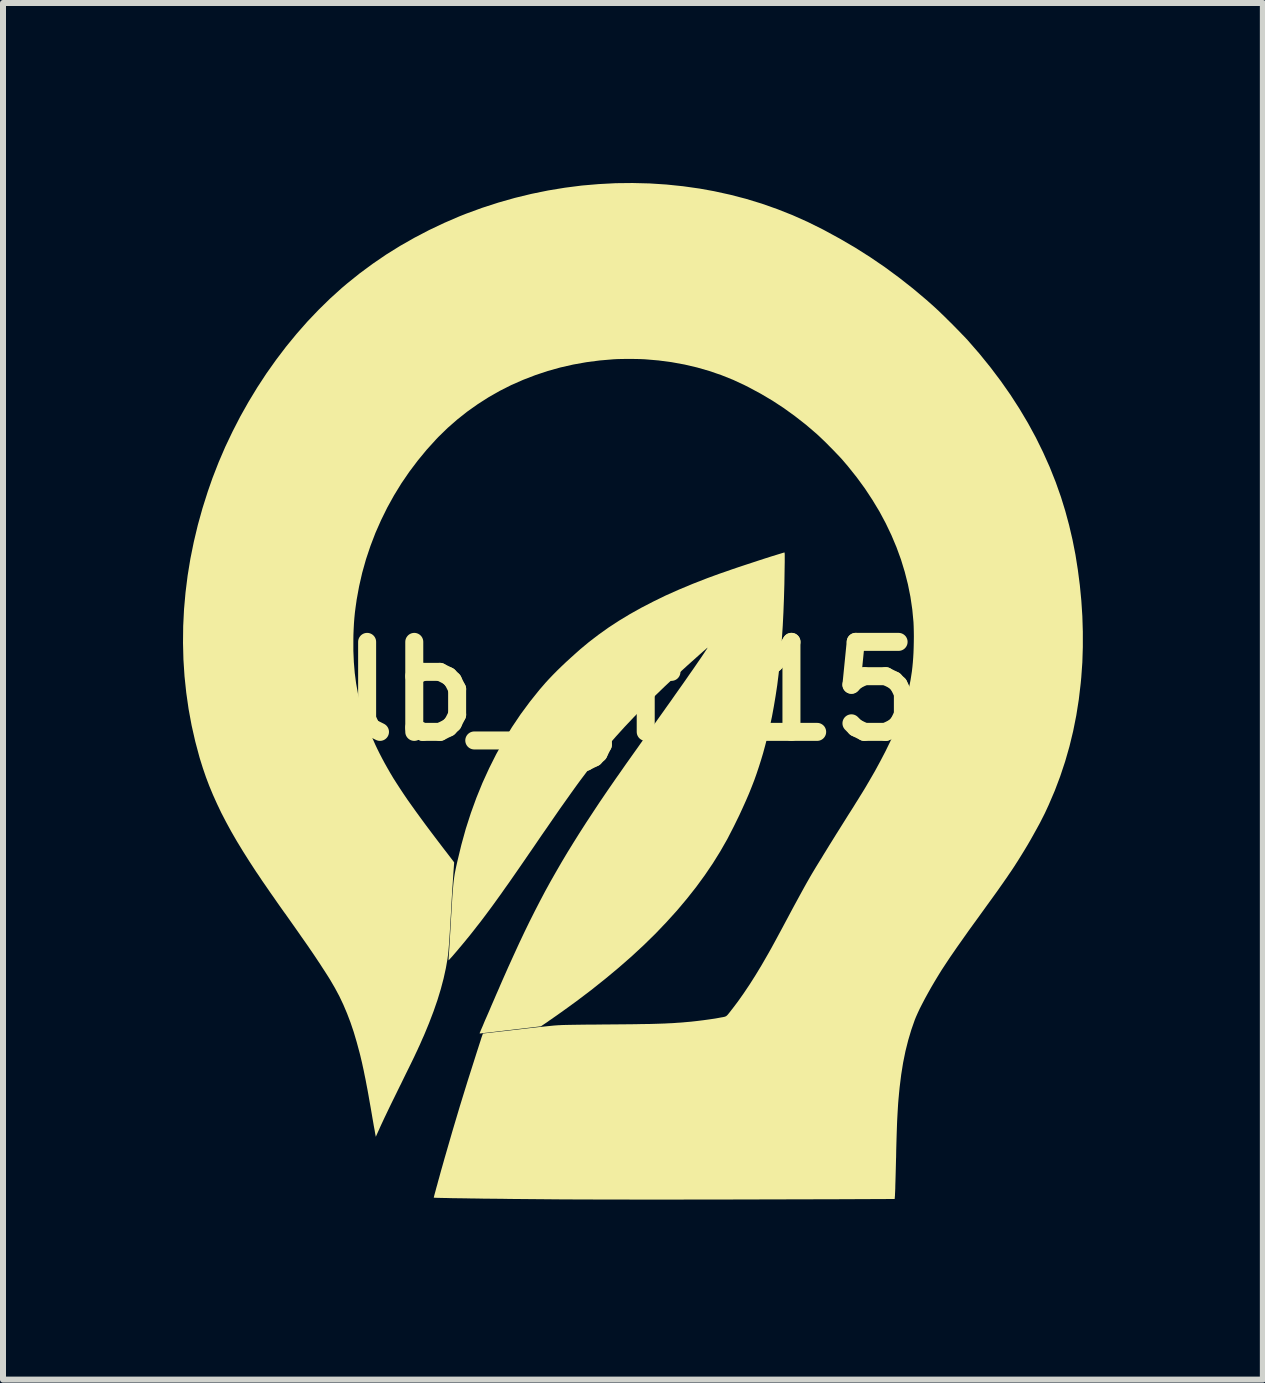
<source format=kicad_pcb>
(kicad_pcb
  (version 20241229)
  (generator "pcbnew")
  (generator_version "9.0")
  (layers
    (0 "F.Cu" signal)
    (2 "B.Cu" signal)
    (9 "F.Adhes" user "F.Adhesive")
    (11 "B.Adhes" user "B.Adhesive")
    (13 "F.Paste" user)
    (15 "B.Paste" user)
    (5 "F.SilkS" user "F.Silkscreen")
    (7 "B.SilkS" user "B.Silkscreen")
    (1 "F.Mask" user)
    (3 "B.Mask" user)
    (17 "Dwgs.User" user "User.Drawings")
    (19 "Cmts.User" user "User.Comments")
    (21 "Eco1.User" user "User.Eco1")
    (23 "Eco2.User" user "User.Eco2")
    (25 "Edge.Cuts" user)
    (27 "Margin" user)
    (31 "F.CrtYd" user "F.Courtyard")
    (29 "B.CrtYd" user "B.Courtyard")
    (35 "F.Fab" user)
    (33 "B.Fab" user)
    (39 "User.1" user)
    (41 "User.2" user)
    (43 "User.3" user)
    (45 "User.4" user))
  (footprint "lb_gr_15"
    (layer "F.Cu")
    (at 7.497 8.469)
    (property "Reference" "lb_gr_15" (at 0 0 0) (layer "F.SilkS") (effects (font (size 1.5 1.5) (thickness 0.3))))
    (attr board_only exclude_from_pos_files exclude_from_bom)
    (fp_poly (pts (xy 2.527 -2.311) (xy 2.528 -2.308) (xy 2.529 -2.302) (xy 2.53 -2.292) (xy 2.531 -2.277) (xy 2.531 -2.256) (xy 2.531 -2.229) (xy 2.531 -2.194) (xy 2.531 -2.151) (xy 2.53 -2.098) (xy 2.529 -2.035) (xy 2.529 -2.033) (xy 2.525 -1.782) (xy 2.518 -1.542) (xy 2.509 -1.311) (xy 2.498 -1.09) (xy 2.484 -0.877) (xy 2.468 -0.672) (xy 2.45 -0.475) (xy 2.429 -0.285) (xy 2.406 -0.1) (xy 2.379 0.078) (xy 2.35 0.251) (xy 2.319 0.42) (xy 2.284 0.585) (xy 2.246 0.747) (xy 2.205 0.906) (xy 2.171 1.031) (xy 2.136 1.148) (xy 2.1 1.261) (xy 2.063 1.372) (xy 2.024 1.482) (xy 1.981 1.593) (xy 1.936 1.705) (xy 1.886 1.821) (xy 1.832 1.941) (xy 1.774 2.067) (xy 1.709 2.2) (xy 1.68 2.259) (xy 1.574 2.465) (xy 1.458 2.668) (xy 1.333 2.869) (xy 1.198 3.068) (xy 1.054 3.265) (xy 0.9 3.46) (xy 0.736 3.655) (xy 0.562 3.847) (xy 0.379 4.039) (xy 0.185 4.229) (xy -0.02 4.419) (xy -0.235 4.607) (xy -0.461 4.795) (xy -0.697 4.983) (xy -0.944 5.17) (xy -1.151 5.32) (xy -1.189 5.347) (xy -1.23 5.376) (xy -1.272 5.406) (xy -1.314 5.435) (xy -1.355 5.464) (xy -1.395 5.491) (xy -1.431 5.517) (xy -1.464 5.539) (xy -1.492 5.558) (xy -1.513 5.572) (xy -1.527 5.582) (xy -1.534 5.585) (xy -1.54 5.586) (xy -1.556 5.588) (xy -1.581 5.591) (xy -1.615 5.595) (xy -1.656 5.6) (xy -1.703 5.606) (xy -1.756 5.612) (xy -1.813 5.619) (xy -1.873 5.626) (xy -1.936 5.633) (xy -2.001 5.641) (xy -2.066 5.649) (xy -2.131 5.656) (xy -2.194 5.664) (xy -2.256 5.671) (xy -2.314 5.678) (xy -2.367 5.684) (xy -2.416 5.69) (xy -2.459 5.694) (xy -2.495 5.699) (xy -2.522 5.702) (xy -2.541 5.704) (xy -2.55 5.705) (xy -2.551 5.705) (xy -2.553 5.7) (xy -2.552 5.695) (xy -2.549 5.688) (xy -2.542 5.672) (xy -2.532 5.647) (xy -2.518 5.615) (xy -2.501 5.576) (xy -2.482 5.53) (xy -2.461 5.48) (xy -2.437 5.426) (xy -2.412 5.369) (xy -2.386 5.309) (xy -2.36 5.247) (xy -2.333 5.185) (xy -2.306 5.123) (xy -2.28 5.062) (xy -2.254 5.003) (xy -2.229 4.946) (xy -2.207 4.894) (xy -2.186 4.846) (xy -2.168 4.805) (xy -2.075 4.595) (xy -1.984 4.395) (xy -1.896 4.203) (xy -1.809 4.019) (xy -1.723 3.842) (xy -1.636 3.669) (xy -1.55 3.502) (xy -1.463 3.337) (xy -1.374 3.175) (xy -1.283 3.015) (xy -1.19 2.854) (xy -1.094 2.693) (xy -0.993 2.529) (xy -0.889 2.363) (xy -0.78 2.193) (xy -0.668 2.023) (xy -0.628 1.962) (xy -0.589 1.903) (xy -0.549 1.843) (xy -0.508 1.783) (xy -0.467 1.722) (xy -0.424 1.659) (xy -0.379 1.594) (xy -0.332 1.526) (xy -0.283 1.455) (xy -0.23 1.38) (xy -0.174 1.3) (xy -0.115 1.215) (xy -0.051 1.125) (xy 0.018 1.028) (xy 0.092 0.924) (xy 0.17 0.813) (xy 0.255 0.694) (xy 0.332 0.587) (xy 0.41 0.476) (xy 0.487 0.368) (xy 0.562 0.262) (xy 0.635 0.16) (xy 0.704 0.061) (xy 0.771 -0.034) (xy 0.835 -0.124) (xy 0.895 -0.21) (xy 0.951 -0.291) (xy 1.004 -0.366) (xy 1.052 -0.436) (xy 1.095 -0.499) (xy 1.134 -0.555) (xy 1.167 -0.604) (xy 1.195 -0.646) (xy 1.217 -0.68) (xy 1.234 -0.705) (xy 1.243 -0.721) (xy 1.245 -0.723) (xy 1.245 -0.725) (xy 1.243 -0.724) (xy 1.239 -0.721) (xy 1.23 -0.714) (xy 1.218 -0.703) (xy 1.2 -0.687) (xy 1.175 -0.666) (xy 1.144 -0.638) (xy 1.12 -0.617) (xy 0.913 -0.432) (xy 0.715 -0.251) (xy 0.527 -0.075) (xy 0.348 0.098) (xy 0.178 0.267) (xy 0.016 0.433) (xy -0.137 0.595) (xy -0.282 0.755) (xy -0.42 0.913) (xy -0.551 1.068) (xy -0.556 1.076) (xy -0.6 1.13) (xy -0.644 1.184) (xy -0.688 1.24) (xy -0.733 1.297) (xy -0.778 1.356) (xy -0.824 1.417) (xy -0.873 1.482) (xy -0.923 1.55) (xy -0.975 1.622) (xy -1.03 1.699) (xy -1.088 1.781) (xy -1.15 1.868) (xy -1.216 1.961) (xy -1.285 2.061) (xy -1.359 2.168) (xy -1.438 2.283) (xy -1.523 2.405) (xy -1.613 2.537) (xy -1.651 2.593) (xy -1.745 2.729) (xy -1.832 2.856) (xy -1.915 2.976) (xy -1.992 3.087) (xy -2.065 3.192) (xy -2.135 3.29) (xy -2.2 3.383) (xy -2.263 3.47) (xy -2.322 3.552) (xy -2.38 3.631) (xy -2.435 3.705) (xy -2.489 3.777) (xy -2.542 3.847) (xy -2.595 3.914) (xy -2.647 3.981) (xy -2.699 4.047) (xy -2.752 4.113) (xy -2.757 4.118) (xy -2.789 4.158) (xy -2.824 4.2) (xy -2.858 4.241) (xy -2.893 4.282) (xy -2.926 4.322) (xy -2.958 4.359) (xy -2.987 4.393) (xy -3.013 4.423) (xy -3.036 4.448) (xy -3.053 4.467) (xy -3.065 4.48) (xy -3.071 4.485) (xy -3.071 4.485) (xy -3.071 4.479) (xy -3.071 4.463) (xy -3.07 4.439) (xy -3.068 4.408) (xy -3.065 4.372) (xy -3.063 4.332) (xy -3.062 4.321) (xy -3.059 4.279) (xy -3.056 4.228) (xy -3.052 4.171) (xy -3.049 4.109) (xy -3.045 4.045) (xy -3.041 3.982) (xy -3.038 3.921) (xy -3.037 3.908) (xy -3.031 3.8) (xy -3.025 3.703) (xy -3.02 3.615) (xy -3.015 3.536) (xy -3.011 3.465) (xy -3.007 3.401) (xy -3.002 3.343) (xy -2.998 3.292) (xy -2.994 3.245) (xy -2.99 3.202) (xy -2.986 3.163) (xy -2.981 3.126) (xy -2.976 3.091) (xy -2.971 3.058) (xy -2.965 3.024) (xy -2.958 2.99) (xy -2.951 2.955) (xy -2.943 2.917) (xy -2.934 2.877) (xy -2.924 2.833) (xy -2.858 2.559) (xy -2.784 2.292) (xy -2.7 2.031) (xy -2.607 1.775) (xy -2.506 1.527) (xy -2.395 1.284) (xy -2.277 1.049) (xy -2.149 0.82) (xy -2.014 0.598) (xy -1.87 0.384) (xy -1.717 0.177) (xy -1.557 -0.023) (xy -1.454 -0.142) (xy -1.398 -0.203) (xy -1.335 -0.269) (xy -1.266 -0.339) (xy -1.192 -0.411) (xy -1.114 -0.485) (xy -1.034 -0.558) (xy -0.954 -0.63) (xy -0.875 -0.7) (xy -0.797 -0.765) (xy -0.732 -0.819) (xy -0.574 -0.94) (xy -0.409 -1.058) (xy -0.235 -1.172) (xy -0.053 -1.282) (xy 0.138 -1.389) (xy 0.339 -1.493) (xy 0.548 -1.595) (xy 0.768 -1.693) (xy 0.998 -1.789) (xy 1.239 -1.883) (xy 1.277 -1.897) (xy 1.359 -1.927) (xy 1.45 -1.96) (xy 1.549 -1.994) (xy 1.654 -2.031) (xy 1.763 -2.068) (xy 1.875 -2.105) (xy 1.988 -2.142) (xy 2.1 -2.179) (xy 2.211 -2.215) (xy 2.318 -2.249) (xy 2.419 -2.28) (xy 2.514 -2.309) (xy 2.522 -2.311) (xy 2.525 -2.312)) (stroke (width 0) (type solid)) (fill yes) (layer "F.SilkS"))
    (fp_poly (pts (xy 0.278 -8.462) (xy 0.558 -8.444) (xy 0.838 -8.415) (xy 1.115 -8.376) (xy 1.352 -8.333) (xy 1.621 -8.274) (xy 1.887 -8.205) (xy 2.149 -8.125) (xy 2.407 -8.034) (xy 2.662 -7.933) (xy 2.913 -7.821) (xy 3.161 -7.698) (xy 3.184 -7.686) (xy 3.45 -7.541) (xy 3.707 -7.391) (xy 3.956 -7.233) (xy 4.198 -7.068) (xy 4.434 -6.894) (xy 4.666 -6.712) (xy 4.894 -6.52) (xy 5.031 -6.398) (xy 5.063 -6.368) (xy 5.102 -6.332) (xy 5.145 -6.29) (xy 5.193 -6.244) (xy 5.242 -6.195) (xy 5.294 -6.144) (xy 5.345 -6.093) (xy 5.395 -6.042) (xy 5.443 -5.993) (xy 5.487 -5.947) (xy 5.527 -5.906) (xy 5.561 -5.87) (xy 5.582 -5.847) (xy 5.776 -5.624) (xy 5.959 -5.398) (xy 6.131 -5.17) (xy 6.293 -4.939) (xy 6.444 -4.705) (xy 6.585 -4.468) (xy 6.716 -4.227) (xy 6.836 -3.983) (xy 6.947 -3.735) (xy 7.047 -3.484) (xy 7.135 -3.235) (xy 7.206 -3.005) (xy 7.27 -2.768) (xy 7.327 -2.524) (xy 7.376 -2.275) (xy 7.416 -2.022) (xy 7.449 -1.767) (xy 7.474 -1.509) (xy 7.491 -1.25) (xy 7.499 -0.992) (xy 7.499 -0.735) (xy 7.491 -0.481) (xy 7.473 -0.23) (xy 7.464 -0.134) (xy 7.432 0.138) (xy 7.39 0.404) (xy 7.338 0.665) (xy 7.276 0.921) (xy 7.204 1.172) (xy 7.122 1.419) (xy 7.031 1.66) (xy 6.929 1.898) (xy 6.867 2.032) (xy 6.829 2.107) (xy 6.787 2.19) (xy 6.739 2.278) (xy 6.688 2.37) (xy 6.635 2.465) (xy 6.58 2.56) (xy 6.524 2.653) (xy 6.468 2.744) (xy 6.415 2.829) (xy 6.386 2.874) (xy 6.358 2.918) (xy 6.329 2.962) (xy 6.299 3.007) (xy 6.267 3.053) (xy 6.235 3.101) (xy 6.199 3.152) (xy 6.161 3.207) (xy 6.12 3.265) (xy 6.076 3.328) (xy 6.027 3.396) (xy 5.973 3.471) (xy 5.914 3.552) (xy 5.85 3.641) (xy 5.78 3.738) (xy 5.765 3.759) (xy 5.68 3.876) (xy 5.601 3.985) (xy 5.529 4.087) (xy 5.462 4.182) (xy 5.399 4.271) (xy 5.342 4.354) (xy 5.288 4.432) (xy 5.239 4.506) (xy 5.192 4.577) (xy 5.148 4.644) (xy 5.107 4.71) (xy 5.068 4.774) (xy 5.03 4.837) (xy 4.993 4.9) (xy 4.972 4.936) (xy 4.918 5.032) (xy 4.868 5.123) (xy 4.823 5.209) (xy 4.782 5.289) (xy 4.748 5.362) (xy 4.719 5.427) (xy 4.699 5.476) (xy 4.641 5.642) (xy 4.589 5.816) (xy 4.543 5.999) (xy 4.504 6.191) (xy 4.472 6.391) (xy 4.446 6.601) (xy 4.437 6.691) (xy 4.431 6.757) (xy 4.425 6.822) (xy 4.42 6.887) (xy 4.416 6.954) (xy 4.412 7.022) (xy 4.408 7.094) (xy 4.404 7.171) (xy 4.401 7.252) (xy 4.398 7.34) (xy 4.395 7.434) (xy 4.392 7.537) (xy 4.389 7.649) (xy 4.387 7.771) (xy 4.386 7.792) (xy 4.384 7.874) (xy 4.382 7.954) (xy 4.38 8.031) (xy 4.378 8.104) (xy 4.376 8.172) (xy 4.374 8.234) (xy 4.373 8.29) (xy 4.371 8.337) (xy 4.369 8.377) (xy 4.368 8.407) (xy 4.366 8.427) (xy 4.366 8.429) (xy 4.363 8.463) (xy 3.434 8.467) (xy 3.227 8.468) (xy 3.019 8.468) (xy 2.808 8.469) (xy 2.597 8.469) (xy 2.386 8.47) (xy 2.175 8.47) (xy 1.964 8.471) (xy 1.755 8.471) (xy 1.548 8.472) (xy 1.344 8.472) (xy 1.142 8.472) (xy 0.944 8.472) (xy 0.75 8.473) (xy 0.561 8.473) (xy 0.377 8.473) (xy 0.199 8.473) (xy 0.028 8.473) (xy -0.137 8.472) (xy -0.295 8.472) (xy -0.444 8.472) (xy -0.585 8.472) (xy -0.717 8.471) (xy -0.839 8.471) (xy -0.951 8.471) (xy -1.028 8.47) (xy -1.137 8.47) (xy -1.249 8.469) (xy -1.363 8.468) (xy -1.478 8.467) (xy -1.594 8.466) (xy -1.711 8.465) (xy -1.828 8.464) (xy -1.944 8.463) (xy -2.059 8.462) (xy -2.172 8.46) (xy -2.283 8.459) (xy -2.391 8.458) (xy -2.496 8.457) (xy -2.597 8.455) (xy -2.694 8.454) (xy -2.786 8.452) (xy -2.872 8.451) (xy -2.953 8.45) (xy -3.026 8.449) (xy -3.093 8.447) (xy -3.152 8.446) (xy -3.203 8.445) (xy -3.246 8.444) (xy -3.279 8.443) (xy -3.302 8.442) (xy -3.315 8.441) (xy -3.318 8.44) (xy -3.317 8.434) (xy -3.313 8.419) (xy -3.307 8.394) (xy -3.298 8.361) (xy -3.287 8.321) (xy -3.275 8.275) (xy -3.26 8.223) (xy -3.245 8.166) (xy -3.228 8.106) (xy -3.211 8.043) (xy -3.193 7.978) (xy -3.174 7.912) (xy -3.155 7.845) (xy -3.137 7.78) (xy -3.128 7.75) (xy -3.008 7.335) (xy -2.884 6.919) (xy -2.755 6.501) (xy -2.62 6.077) (xy -2.611 6.048) (xy -2.595 5.998) (xy -2.579 5.949) (xy -2.564 5.902) (xy -2.55 5.859) (xy -2.538 5.822) (xy -2.529 5.792) (xy -2.522 5.771) (xy -2.521 5.768) (xy -2.511 5.739) (xy -2.503 5.718) (xy -2.497 5.707) (xy -2.494 5.705) (xy -2.487 5.704) (xy -2.47 5.702) (xy -2.444 5.699) (xy -2.409 5.695) (xy -2.365 5.69) (xy -2.314 5.684) (xy -2.257 5.678) (xy -2.194 5.67) (xy -2.125 5.663) (xy -2.052 5.654) (xy -1.976 5.645) (xy -1.912 5.638) (xy -1.814 5.626) (xy -1.726 5.616) (xy -1.647 5.607) (xy -1.577 5.599) (xy -1.515 5.593) (xy -1.46 5.587) (xy -1.412 5.582) (xy -1.37 5.578) (xy -1.332 5.574) (xy -1.298 5.571) (xy -1.268 5.569) (xy -1.241 5.567) (xy -1.215 5.566) (xy -1.201 5.565) (xy -1.178 5.564) (xy -1.144 5.563) (xy -1.1 5.562) (xy -1.049 5.561) (xy -0.989 5.56) (xy -0.923 5.559) (xy -0.851 5.558) (xy -0.774 5.557) (xy -0.692 5.557) (xy -0.608 5.556) (xy -0.521 5.555) (xy -0.433 5.554) (xy -0.397 5.554) (xy -0.271 5.553) (xy -0.155 5.552) (xy -0.05 5.551) (xy 0.047 5.55) (xy 0.136 5.548) (xy 0.218 5.547) (xy 0.292 5.546) (xy 0.361 5.544) (xy 0.425 5.542) (xy 0.485 5.54) (xy 0.541 5.538) (xy 0.594 5.535) (xy 0.645 5.533) (xy 0.695 5.53) (xy 0.745 5.526) (xy 0.795 5.523) (xy 0.845 5.519) (xy 0.863 5.517) (xy 0.968 5.508) (xy 1.074 5.496) (xy 1.179 5.483) (xy 1.28 5.469) (xy 1.375 5.455) (xy 1.462 5.439) (xy 1.472 5.437) (xy 1.497 5.433) (xy 1.517 5.429) (xy 1.533 5.425) (xy 1.546 5.42) (xy 1.558 5.413) (xy 1.57 5.403) (xy 1.584 5.388) (xy 1.6 5.368) (xy 1.621 5.342) (xy 1.646 5.309) (xy 1.656 5.297) (xy 1.752 5.17) (xy 1.848 5.034) (xy 1.946 4.888) (xy 2.045 4.732) (xy 2.146 4.565) (xy 2.248 4.388) (xy 2.267 4.355) (xy 2.287 4.319) (xy 2.308 4.282) (xy 2.329 4.243) (xy 2.351 4.203) (xy 2.375 4.159) (xy 2.401 4.111) (xy 2.43 4.057) (xy 2.462 3.998) (xy 2.498 3.931) (xy 2.538 3.856) (xy 2.576 3.785) (xy 2.632 3.68) (xy 2.684 3.583) (xy 2.732 3.495) (xy 2.776 3.414) (xy 2.817 3.339) (xy 2.855 3.27) (xy 2.891 3.205) (xy 2.926 3.144) (xy 2.959 3.086) (xy 2.992 3.03) (xy 3.025 2.975) (xy 3.058 2.92) (xy 3.092 2.865) (xy 3.127 2.808) (xy 3.143 2.783) (xy 3.162 2.751) (xy 3.185 2.713) (xy 3.21 2.673) (xy 3.235 2.632) (xy 3.256 2.598) (xy 3.274 2.568) (xy 3.298 2.53) (xy 3.326 2.485) (xy 3.357 2.435) (xy 3.391 2.38) (xy 3.427 2.323) (xy 3.464 2.264) (xy 3.501 2.205) (xy 3.535 2.151) (xy 3.588 2.066) (xy 3.636 1.991) (xy 3.679 1.923) (xy 3.717 1.861) (xy 3.752 1.806) (xy 3.783 1.755) (xy 3.812 1.709) (xy 3.839 1.665) (xy 3.864 1.624) (xy 3.888 1.584) (xy 3.911 1.544) (xy 3.929 1.514) (xy 4.032 1.336) (xy 4.125 1.165) (xy 4.211 1) (xy 4.289 0.84) (xy 4.359 0.685) (xy 4.421 0.533) (xy 4.476 0.385) (xy 4.524 0.24) (xy 4.565 0.096) (xy 4.6 -0.045) (xy 4.628 -0.186) (xy 4.65 -0.327) (xy 4.659 -0.405) (xy 4.666 -0.477) (xy 4.672 -0.557) (xy 4.677 -0.642) (xy 4.68 -0.732) (xy 4.682 -0.822) (xy 4.683 -0.912) (xy 4.682 -0.997) (xy 4.68 -1.076) (xy 4.677 -1.147) (xy 4.677 -1.149) (xy 4.657 -1.361) (xy 4.626 -1.572) (xy 4.584 -1.781) (xy 4.531 -1.989) (xy 4.468 -2.195) (xy 4.394 -2.398) (xy 4.309 -2.6) (xy 4.214 -2.799) (xy 4.109 -2.995) (xy 3.993 -3.187) (xy 3.868 -3.377) (xy 3.732 -3.563) (xy 3.586 -3.746) (xy 3.488 -3.861) (xy 3.456 -3.896) (xy 3.418 -3.936) (xy 3.375 -3.981) (xy 3.329 -4.029) (xy 3.28 -4.078) (xy 3.232 -4.127) (xy 3.184 -4.174) (xy 3.139 -4.217) (xy 3.099 -4.255) (xy 3.064 -4.287) (xy 3.062 -4.289) (xy 2.883 -4.442) (xy 2.701 -4.584) (xy 2.517 -4.717) (xy 2.328 -4.841) (xy 2.134 -4.956) (xy 1.933 -5.064) (xy 1.866 -5.098) (xy 1.673 -5.188) (xy 1.476 -5.267) (xy 1.275 -5.336) (xy 1.07 -5.395) (xy 0.861 -5.444) (xy 0.647 -5.483) (xy 0.428 -5.512) (xy 0.204 -5.531) (xy 0.164 -5.533) (xy 0.115 -5.535) (xy 0.059 -5.536) (xy -0.001 -5.537) (xy -0.064 -5.537) (xy -0.126 -5.537) (xy -0.186 -5.536) (xy -0.242 -5.535) (xy -0.29 -5.533) (xy -0.324 -5.531) (xy -0.55 -5.512) (xy -0.773 -5.483) (xy -0.992 -5.444) (xy -1.208 -5.395) (xy -1.419 -5.336) (xy -1.626 -5.267) (xy -1.828 -5.189) (xy -2.026 -5.102) (xy -2.218 -5.005) (xy -2.404 -4.899) (xy -2.584 -4.784) (xy -2.759 -4.66) (xy -2.926 -4.528) (xy -3.087 -4.387) (xy -3.241 -4.237) (xy -3.278 -4.198) (xy -3.436 -4.024) (xy -3.585 -3.843) (xy -3.726 -3.656) (xy -3.858 -3.463) (xy -3.98 -3.264) (xy -4.093 -3.06) (xy -4.196 -2.851) (xy -4.29 -2.638) (xy -4.373 -2.421) (xy -4.447 -2.2) (xy -4.51 -1.976) (xy -4.562 -1.749) (xy -4.604 -1.52) (xy -4.606 -1.503) (xy -4.62 -1.405) (xy -4.632 -1.313) (xy -4.641 -1.223) (xy -4.648 -1.132) (xy -4.653 -1.038) (xy -4.657 -0.938) (xy -4.658 -0.866) (xy -4.658 -0.672) (xy -4.65 -0.485) (xy -4.635 -0.304) (xy -4.612 -0.129) (xy -4.581 0.043) (xy -4.541 0.212) (xy -4.493 0.38) (xy -4.436 0.548) (xy -4.37 0.716) (xy -4.294 0.888) (xy -4.261 0.958) (xy -4.221 1.039) (xy -4.179 1.12) (xy -4.136 1.2) (xy -4.091 1.28) (xy -4.044 1.362) (xy -3.994 1.446) (xy -3.94 1.531) (xy -3.883 1.619) (xy -3.822 1.711) (xy -3.757 1.807) (xy -3.686 1.907) (xy -3.611 2.012) (xy -3.53 2.123) (xy -3.444 2.24) (xy -3.351 2.364) (xy -3.251 2.496) (xy -3.171 2.601) (xy -3.138 2.644) (xy -3.106 2.685) (xy -3.077 2.723) (xy -3.051 2.757) (xy -3.029 2.786) (xy -3.011 2.809) (xy -2.999 2.825) (xy -2.993 2.833) (xy -2.978 2.854) (xy -2.992 3.046) (xy -2.995 3.096) (xy -2.999 3.154) (xy -3.003 3.219) (xy -3.008 3.287) (xy -3.012 3.355) (xy -3.016 3.421) (xy -3.02 3.483) (xy -3.02 3.486) (xy -3.026 3.6) (xy -3.032 3.704) (xy -3.038 3.797) (xy -3.043 3.882) (xy -3.047 3.957) (xy -3.051 4.025) (xy -3.055 4.085) (xy -3.059 4.139) (xy -3.062 4.186) (xy -3.065 4.228) (xy -3.068 4.265) (xy -3.071 4.298) (xy -3.073 4.327) (xy -3.076 4.354) (xy -3.078 4.378) (xy -3.081 4.4) (xy -3.084 4.421) (xy -3.087 4.442) (xy -3.087 4.448) (xy -3.116 4.614) (xy -3.154 4.787) (xy -3.201 4.965) (xy -3.257 5.149) (xy -3.323 5.339) (xy -3.398 5.535) (xy -3.466 5.7) (xy -3.486 5.747) (xy -3.507 5.793) (xy -3.527 5.839) (xy -3.547 5.885) (xy -3.569 5.932) (xy -3.591 5.981) (xy -3.616 6.033) (xy -3.642 6.089) (xy -3.671 6.149) (xy -3.703 6.215) (xy -3.739 6.288) (xy -3.778 6.367) (xy -3.821 6.455) (xy -3.868 6.552) (xy -3.878 6.571) (xy -3.927 6.671) (xy -3.972 6.763) (xy -4.013 6.846) (xy -4.05 6.922) (xy -4.083 6.991) (xy -4.113 7.054) (xy -4.141 7.112) (xy -4.166 7.166) (xy -4.19 7.217) (xy -4.212 7.265) (xy -4.232 7.311) (xy -4.241 7.33) (xy -4.284 7.426) (xy -4.296 7.363) (xy -4.299 7.344) (xy -4.304 7.314) (xy -4.311 7.278) (xy -4.319 7.235) (xy -4.327 7.187) (xy -4.336 7.136) (xy -4.345 7.084) (xy -4.347 7.071) (xy -4.368 6.949) (xy -4.388 6.837) (xy -4.406 6.734) (xy -4.423 6.64) (xy -4.44 6.552) (xy -4.455 6.472) (xy -4.471 6.396) (xy -4.485 6.325) (xy -4.5 6.257) (xy -4.514 6.192) (xy -4.529 6.129) (xy -4.544 6.066) (xy -4.554 6.027) (xy -4.602 5.849) (xy -4.652 5.68) (xy -4.706 5.52) (xy -4.764 5.368) (xy -4.826 5.222) (xy -4.893 5.081) (xy -4.966 4.945) (xy -5.044 4.811) (xy -5.067 4.774) (xy -5.103 4.717) (xy -5.139 4.661) (xy -5.175 4.606) (xy -5.211 4.55) (xy -5.249 4.493) (xy -5.288 4.434) (xy -5.329 4.373) (xy -5.373 4.309) (xy -5.42 4.24) (xy -5.471 4.167) (xy -5.526 4.089) (xy -5.585 4.004) (xy -5.649 3.913) (xy -5.719 3.814) (xy -5.795 3.706) (xy -5.799 3.702) (xy -5.867 3.606) (xy -5.929 3.518) (xy -5.985 3.437) (xy -6.038 3.362) (xy -6.086 3.292) (xy -6.132 3.225) (xy -6.176 3.162) (xy -6.217 3.1) (xy -6.258 3.039) (xy -6.275 3.015) (xy -6.391 2.837) (xy -6.499 2.666) (xy -6.6 2.5) (xy -6.693 2.339) (xy -6.778 2.183) (xy -6.858 2.029) (xy -6.93 1.878) (xy -6.997 1.729) (xy -7.059 1.58) (xy -7.115 1.432) (xy -7.166 1.283) (xy -7.213 1.133) (xy -7.222 1.103) (xy -7.293 0.838) (xy -7.354 0.569) (xy -7.404 0.298) (xy -7.443 0.025) (xy -7.472 -0.25) (xy -7.49 -0.527) (xy -7.497 -0.805) (xy -7.494 -1.085) (xy -7.48 -1.365) (xy -7.455 -1.646) (xy -7.42 -1.927) (xy -7.374 -2.208) (xy -7.317 -2.489) (xy -7.25 -2.77) (xy -7.172 -3.05) (xy -7.084 -3.328) (xy -7.005 -3.554) (xy -6.903 -3.816) (xy -6.792 -4.074) (xy -6.671 -4.328) (xy -6.543 -4.577) (xy -6.405 -4.822) (xy -6.26 -5.061) (xy -6.107 -5.295) (xy -5.946 -5.522) (xy -5.779 -5.742) (xy -5.605 -5.954) (xy -5.425 -6.159) (xy -5.238 -6.355) (xy -5.046 -6.543) (xy -4.849 -6.721) (xy -4.765 -6.792) (xy -4.555 -6.961) (xy -4.337 -7.122) (xy -4.112 -7.276) (xy -3.879 -7.421) (xy -3.64 -7.557) (xy -3.395 -7.685) (xy -3.144 -7.804) (xy -2.889 -7.914) (xy -2.781 -7.957) (xy -2.513 -8.055) (xy -2.241 -8.143) (xy -1.966 -8.221) (xy -1.69 -8.288) (xy -1.411 -8.345) (xy -1.131 -8.391) (xy -0.85 -8.427) (xy -0.568 -8.451) (xy -0.286 -8.466) (xy -0.004 -8.469)) (stroke (width 0) (type solid)) (fill yes) (layer "F.SilkS")))
  (gr_rect
    (start -3 -3)
    (end 17.996 19.942)
    (stroke (width 0.1) (type default))
    (fill no)
    (layer "Edge.Cuts")))
</source>
